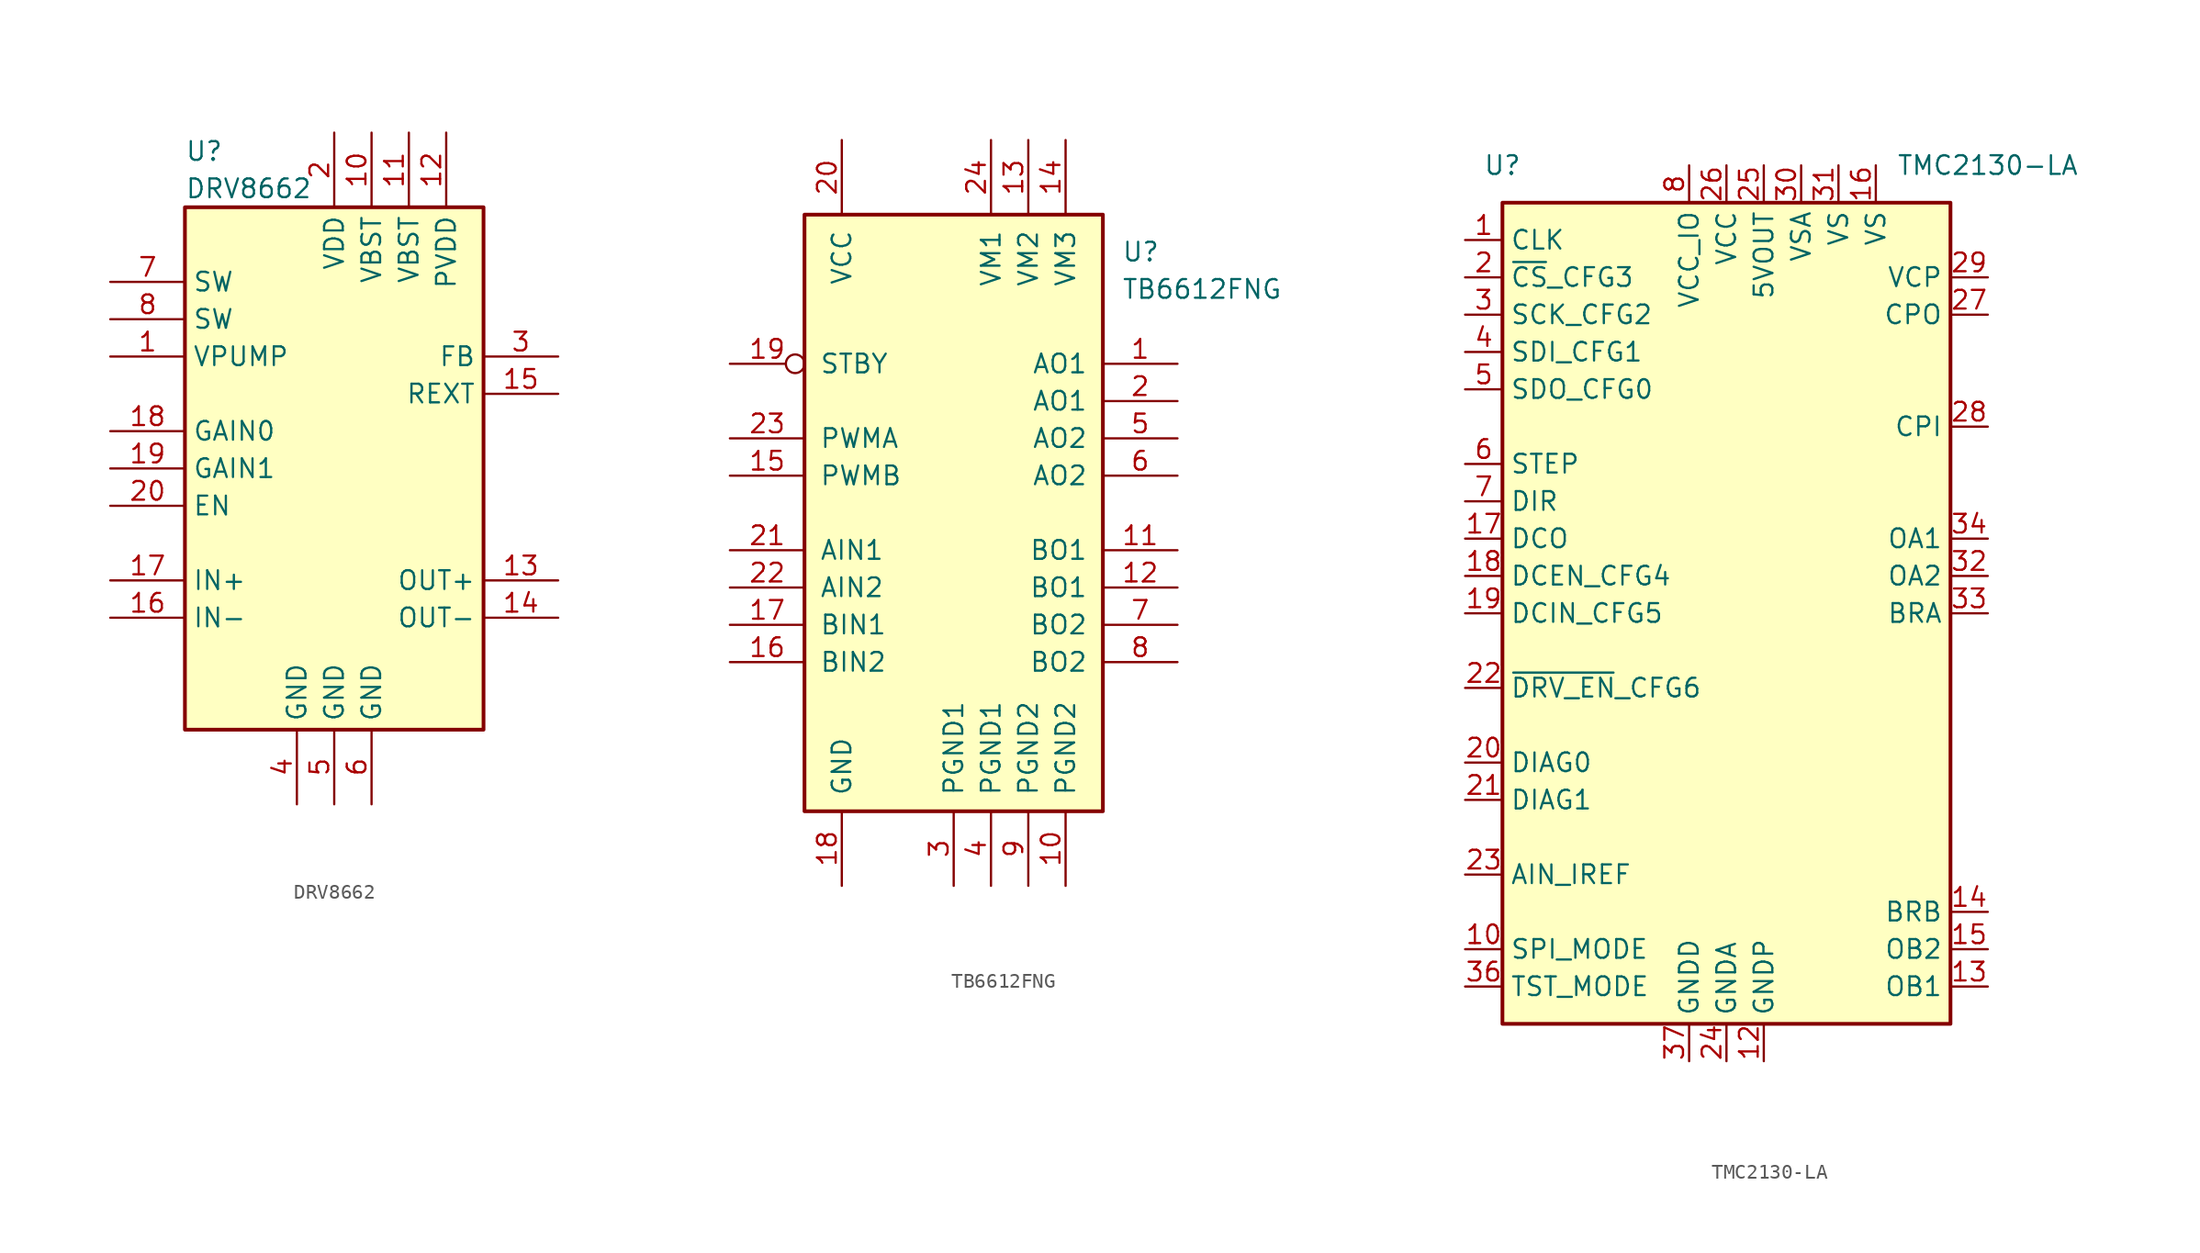
<source format=kicad_sym>
(kicad_symbol_lib
  (version 20211014)
  (generator kicad_symbol_editor)
  (symbol "DRV8662"
    (property "Reference" "U"
      (at -10.16 21.59 0)
      (effects (font (size 1.27 1.27)) (justify left)))
    (property "Value" "DRV8662"
      (at -10.16 19.05 0)
      (effects (font (size 1.27 1.27)) (justify left)))
    (symbol "DRV8662_0_1"
      (rectangle (start -10.16 17.78) (end 10.16 -17.78) (stroke (width 0.254) (type default) (color 0 0 0 0)) (fill (type background))))
    (symbol "DRV8662_1_1"
      (pin output line (at -15.24 7.62 0) (length 5.08) (name "VPUMP" (effects (font (size 1.27 1.27)))) (number "1" (effects (font (size 1.27 1.27)))))
      (pin power_out line (at 2.54 22.86 270) (length 5.08) (name "VBST" (effects (font (size 1.27 1.27)))) (number "10" (effects (font (size 1.27 1.27)))))
      (pin power_out line (at 5.08 22.86 270) (length 5.08) (name "VBST" (effects (font (size 1.27 1.27)))) (number "11" (effects (font (size 1.27 1.27)))))
      (pin power_in line (at 7.62 22.86 270) (length 5.08) (name "PVDD" (effects (font (size 1.27 1.27)))) (number "12" (effects (font (size 1.27 1.27)))))
      (pin output line (at 15.24 -7.62 180) (length 5.08) (name "OUT+" (effects (font (size 1.27 1.27)))) (number "13" (effects (font (size 1.27 1.27)))))
      (pin output line (at 15.24 -10.16 180) (length 5.08) (name "OUT-" (effects (font (size 1.27 1.27)))) (number "14" (effects (font (size 1.27 1.27)))))
      (pin input line (at 15.24 5.08 180) (length 5.08) (name "REXT" (effects (font (size 1.27 1.27)))) (number "15" (effects (font (size 1.27 1.27)))))
      (pin input line (at -15.24 -10.16 0) (length 5.08) (name "IN-" (effects (font (size 1.27 1.27)))) (number "16" (effects (font (size 1.27 1.27)))))
      (pin input line (at -15.24 -7.62 0) (length 5.08) (name "IN+" (effects (font (size 1.27 1.27)))) (number "17" (effects (font (size 1.27 1.27)))))
      (pin input line (at -15.24 2.54 0) (length 5.08) (name "GAIN0" (effects (font (size 1.27 1.27)))) (number "18" (effects (font (size 1.27 1.27)))))
      (pin input line (at -15.24 0 0) (length 5.08) (name "GAIN1" (effects (font (size 1.27 1.27)))) (number "19" (effects (font (size 1.27 1.27)))))
      (pin power_in line (at 0 22.86 270) (length 5.08) (name "VDD" (effects (font (size 1.27 1.27)))) (number "2" (effects (font (size 1.27 1.27)))))
      (pin input line (at -15.24 -2.54 0) (length 5.08) (name "EN" (effects (font (size 1.27 1.27)))) (number "20" (effects (font (size 1.27 1.27)))))
      (pin input line (at 15.24 7.62 180) (length 5.08) (name "FB" (effects (font (size 1.27 1.27)))) (number "3" (effects (font (size 1.27 1.27)))))
      (pin power_in line (at -2.54 -22.86 90) (length 5.08) (name "GND" (effects (font (size 1.27 1.27)))) (number "4" (effects (font (size 1.27 1.27)))))
      (pin power_in line (at 0 -22.86 90) (length 5.08) (name "GND" (effects (font (size 1.27 1.27)))) (number "5" (effects (font (size 1.27 1.27)))))
      (pin power_in line (at 2.54 -22.86 90) (length 5.08) (name "GND" (effects (font (size 1.27 1.27)))) (number "6" (effects (font (size 1.27 1.27)))))
      (pin input line (at -15.24 12.7 0) (length 5.08) (name "SW" (effects (font (size 1.27 1.27)))) (number "7" (effects (font (size 1.27 1.27)))))
      (pin input line (at -15.24 10.16 0) (length 5.08) (name "SW" (effects (font (size 1.27 1.27)))) (number "8" (effects (font (size 1.27 1.27)))))
      (pin no_connect line (at -15.24 -15.24 0) (length 5.08) hide (name "NC" (effects (font (size 1.27 1.27)))) (number "9" (effects (font (size 1.27 1.27)))))))
  (symbol "TB6612FNG"
    (pin_names
      (offset 1.016))
    (property "Reference" "U"
      (at 11.43 17.78 0)
      (effects (font (size 1.27 1.27)) (justify left)))
    (property "Value" "TB6612FNG"
      (at 11.43 15.24 0)
      (effects (font (size 1.27 1.27)) (justify left)))
    (symbol "TB6612FNG_0_1"
      (rectangle (start -10.16 20.32) (end 10.16 -20.32) (stroke (width 0.254) (type default) (color 0 0 0 0)) (fill (type background))))
    (symbol "TB6612FNG_1_1"
      (pin power_out line (at 15.24 10.16 180) (length 5.08) (name "AO1" (effects (font (size 1.27 1.27)))) (number "1" (effects (font (size 1.27 1.27)))))
      (pin power_in line (at 7.62 -25.4 90) (length 5.08) (name "PGND2" (effects (font (size 1.27 1.27)))) (number "10" (effects (font (size 1.27 1.27)))))
      (pin power_out line (at 15.24 -2.54 180) (length 5.08) (name "BO1" (effects (font (size 1.27 1.27)))) (number "11" (effects (font (size 1.27 1.27)))))
      (pin power_out line (at 15.24 -5.08 180) (length 5.08) (name "BO1" (effects (font (size 1.27 1.27)))) (number "12" (effects (font (size 1.27 1.27)))))
      (pin power_in line (at 5.08 25.4 270) (length 5.08) (name "VM2" (effects (font (size 1.27 1.27)))) (number "13" (effects (font (size 1.27 1.27)))))
      (pin power_in line (at 7.62 25.4 270) (length 5.08) (name "VM3" (effects (font (size 1.27 1.27)))) (number "14" (effects (font (size 1.27 1.27)))))
      (pin input line (at -15.24 2.54 0) (length 5.08) (name "PWMB" (effects (font (size 1.27 1.27)))) (number "15" (effects (font (size 1.27 1.27)))))
      (pin input line (at -15.24 -10.16 0) (length 5.08) (name "BIN2" (effects (font (size 1.27 1.27)))) (number "16" (effects (font (size 1.27 1.27)))))
      (pin input line (at -15.24 -7.62 0) (length 5.08) (name "BIN1" (effects (font (size 1.27 1.27)))) (number "17" (effects (font (size 1.27 1.27)))))
      (pin power_in line (at -7.62 -25.4 90) (length 5.08) (name "GND" (effects (font (size 1.27 1.27)))) (number "18" (effects (font (size 1.27 1.27)))))
      (pin input inverted (at -15.24 10.16 0) (length 5.08) (name "STBY" (effects (font (size 1.27 1.27)))) (number "19" (effects (font (size 1.27 1.27)))))
      (pin power_out line (at 15.24 7.62 180) (length 5.08) (name "AO1" (effects (font (size 1.27 1.27)))) (number "2" (effects (font (size 1.27 1.27)))))
      (pin power_in line (at -7.62 25.4 270) (length 5.08) (name "VCC" (effects (font (size 1.27 1.27)))) (number "20" (effects (font (size 1.27 1.27)))))
      (pin input line (at -15.24 -2.54 0) (length 5.08) (name "AIN1" (effects (font (size 1.27 1.27)))) (number "21" (effects (font (size 1.27 1.27)))))
      (pin input line (at -15.24 -5.08 0) (length 5.08) (name "AIN2" (effects (font (size 1.27 1.27)))) (number "22" (effects (font (size 1.27 1.27)))))
      (pin input line (at -15.24 5.08 0) (length 5.08) (name "PWMA" (effects (font (size 1.27 1.27)))) (number "23" (effects (font (size 1.27 1.27)))))
      (pin power_in line (at 2.54 25.4 270) (length 5.08) (name "VM1" (effects (font (size 1.27 1.27)))) (number "24" (effects (font (size 1.27 1.27)))))
      (pin power_in line (at 0 -25.4 90) (length 5.08) (name "PGND1" (effects (font (size 1.27 1.27)))) (number "3" (effects (font (size 1.27 1.27)))))
      (pin power_in line (at 2.54 -25.4 90) (length 5.08) (name "PGND1" (effects (font (size 1.27 1.27)))) (number "4" (effects (font (size 1.27 1.27)))))
      (pin power_out line (at 15.24 5.08 180) (length 5.08) (name "AO2" (effects (font (size 1.27 1.27)))) (number "5" (effects (font (size 1.27 1.27)))))
      (pin power_out line (at 15.24 2.54 180) (length 5.08) (name "AO2" (effects (font (size 1.27 1.27)))) (number "6" (effects (font (size 1.27 1.27)))))
      (pin power_out line (at 15.24 -7.62 180) (length 5.08) (name "BO2" (effects (font (size 1.27 1.27)))) (number "7" (effects (font (size 1.27 1.27)))))
      (pin power_out line (at 15.24 -10.16 180) (length 5.08) (name "BO2" (effects (font (size 1.27 1.27)))) (number "8" (effects (font (size 1.27 1.27)))))
      (pin power_in line (at 5.08 -25.4 90) (length 5.08) (name "PGND2" (effects (font (size 1.27 1.27)))) (number "9" (effects (font (size 1.27 1.27)))))))
  (symbol "TMC2130-LA"
    (property "Reference" "U"
      (at -15.24 30.48 0)
      (effects (font (size 1.27 1.27))))
    (property "Value" "TMC2130-LA"
      (at 17.78 30.48 0)
      (effects (font (size 1.27 1.27))))
    (symbol "TMC2130-LA_0_1"
      (rectangle (start -15.24 27.94) (end 15.24 -27.94) (stroke (width 0.254) (type default) (color 0 0 0 0)) (fill (type background))))
    (symbol "TMC2130-LA_1_1"
      (pin input line (at -17.78 25.4 0) (length 2.54) (name "CLK" (effects (font (size 1.27 1.27)))) (number "1" (effects (font (size 1.27 1.27)))))
      (pin input line (at -17.78 -22.86 0) (length 2.54) (name "SPI_MODE" (effects (font (size 1.27 1.27)))) (number "10" (effects (font (size 1.27 1.27)))))
      (pin passive line (at -2.54 -30.48 90) (length 2.54) hide (name "GNDD" (effects (font (size 1.27 1.27)))) (number "11" (effects (font (size 1.27 1.27)))))
      (pin power_in line (at 2.54 -30.48 90) (length 2.54) (name "GNDP" (effects (font (size 1.27 1.27)))) (number "12" (effects (font (size 1.27 1.27)))))
      (pin output line (at 17.78 -25.4 180) (length 2.54) (name "OB1" (effects (font (size 1.27 1.27)))) (number "13" (effects (font (size 1.27 1.27)))))
      (pin passive line (at 17.78 -20.32 180) (length 2.54) (name "BRB" (effects (font (size 1.27 1.27)))) (number "14" (effects (font (size 1.27 1.27)))))
      (pin output line (at 17.78 -22.86 180) (length 2.54) (name "OB2" (effects (font (size 1.27 1.27)))) (number "15" (effects (font (size 1.27 1.27)))))
      (pin power_in line (at 10.16 30.48 270) (length 2.54) (name "VS" (effects (font (size 1.27 1.27)))) (number "16" (effects (font (size 1.27 1.27)))))
      (pin output line (at -17.78 5.08 0) (length 2.54) (name "DCO" (effects (font (size 1.27 1.27)))) (number "17" (effects (font (size 1.27 1.27)))))
      (pin input line (at -17.78 2.54 0) (length 2.54) (name "DCEN_CFG4" (effects (font (size 1.27 1.27)))) (number "18" (effects (font (size 1.27 1.27)))))
      (pin input line (at -17.78 0 0) (length 2.54) (name "DCIN_CFG5" (effects (font (size 1.27 1.27)))) (number "19" (effects (font (size 1.27 1.27)))))
      (pin input line (at -17.78 22.86 0) (length 2.54) (name "~{CS}_CFG3" (effects (font (size 1.27 1.27)))) (number "2" (effects (font (size 1.27 1.27)))))
      (pin output line (at -17.78 -10.16 0) (length 2.54) (name "DIAG0" (effects (font (size 1.27 1.27)))) (number "20" (effects (font (size 1.27 1.27)))))
      (pin output line (at -17.78 -12.7 0) (length 2.54) (name "DIAG1" (effects (font (size 1.27 1.27)))) (number "21" (effects (font (size 1.27 1.27)))))
      (pin input line (at -17.78 -5.08 0) (length 2.54) (name "~{DRV_EN}_CFG6" (effects (font (size 1.27 1.27)))) (number "22" (effects (font (size 1.27 1.27)))))
      (pin input line (at -17.78 -17.78 0) (length 2.54) (name "AIN_IREF" (effects (font (size 1.27 1.27)))) (number "23" (effects (font (size 1.27 1.27)))))
      (pin power_in line (at 0 -30.48 90) (length 2.54) (name "GNDA" (effects (font (size 1.27 1.27)))) (number "24" (effects (font (size 1.27 1.27)))))
      (pin power_out line (at 2.54 30.48 270) (length 2.54) (name "5VOUT" (effects (font (size 1.27 1.27)))) (number "25" (effects (font (size 1.27 1.27)))))
      (pin power_in line (at 0 30.48 270) (length 2.54) (name "VCC" (effects (font (size 1.27 1.27)))) (number "26" (effects (font (size 1.27 1.27)))))
      (pin passive line (at 17.78 20.32 180) (length 2.54) (name "CPO" (effects (font (size 1.27 1.27)))) (number "27" (effects (font (size 1.27 1.27)))))
      (pin passive line (at 17.78 12.7 180) (length 2.54) (name "CPI" (effects (font (size 1.27 1.27)))) (number "28" (effects (font (size 1.27 1.27)))))
      (pin passive line (at 17.78 22.86 180) (length 2.54) (name "VCP" (effects (font (size 1.27 1.27)))) (number "29" (effects (font (size 1.27 1.27)))))
      (pin input line (at -17.78 20.32 0) (length 2.54) (name "SCK_CFG2" (effects (font (size 1.27 1.27)))) (number "3" (effects (font (size 1.27 1.27)))))
      (pin power_in line (at 5.08 30.48 270) (length 2.54) (name "VSA" (effects (font (size 1.27 1.27)))) (number "30" (effects (font (size 1.27 1.27)))))
      (pin power_in line (at 7.62 30.48 270) (length 2.54) (name "VS" (effects (font (size 1.27 1.27)))) (number "31" (effects (font (size 1.27 1.27)))))
      (pin output line (at 17.78 2.54 180) (length 2.54) (name "OA2" (effects (font (size 1.27 1.27)))) (number "32" (effects (font (size 1.27 1.27)))))
      (pin passive line (at 17.78 0 180) (length 2.54) (name "BRA" (effects (font (size 1.27 1.27)))) (number "33" (effects (font (size 1.27 1.27)))))
      (pin output line (at 17.78 5.08 180) (length 2.54) (name "OA1" (effects (font (size 1.27 1.27)))) (number "34" (effects (font (size 1.27 1.27)))))
      (pin passive line (at 2.54 -30.48 90) (length 2.54) hide (name "GNDP" (effects (font (size 1.27 1.27)))) (number "35" (effects (font (size 1.27 1.27)))))
      (pin input line (at -17.78 -25.4 0) (length 2.54) (name "TST_MODE" (effects (font (size 1.27 1.27)))) (number "36" (effects (font (size 1.27 1.27)))))
      (pin power_in line (at -2.54 -30.48 90) (length 2.54) (name "GNDD" (effects (font (size 1.27 1.27)))) (number "37" (effects (font (size 1.27 1.27)))))
      (pin input line (at -17.78 17.78 0) (length 2.54) (name "SDI_CFG1" (effects (font (size 1.27 1.27)))) (number "4" (effects (font (size 1.27 1.27)))))
      (pin bidirectional line (at -17.78 15.24 0) (length 2.54) (name "SDO_CFG0" (effects (font (size 1.27 1.27)))) (number "5" (effects (font (size 1.27 1.27)))))
      (pin input line (at -17.78 10.16 0) (length 2.54) (name "STEP" (effects (font (size 1.27 1.27)))) (number "6" (effects (font (size 1.27 1.27)))))
      (pin input line (at -17.78 7.62 0) (length 2.54) (name "DIR" (effects (font (size 1.27 1.27)))) (number "7" (effects (font (size 1.27 1.27)))))
      (pin power_in line (at -2.54 30.48 270) (length 2.54) (name "VCC_IO" (effects (font (size 1.27 1.27)))) (number "8" (effects (font (size 1.27 1.27)))))
      (pin no_connect line (at 15.24 17.78 180) (length 2.54) hide (name "DNC" (effects (font (size 1.27 1.27)))) (number "9" (effects (font (size 1.27 1.27))))))))
</source>
